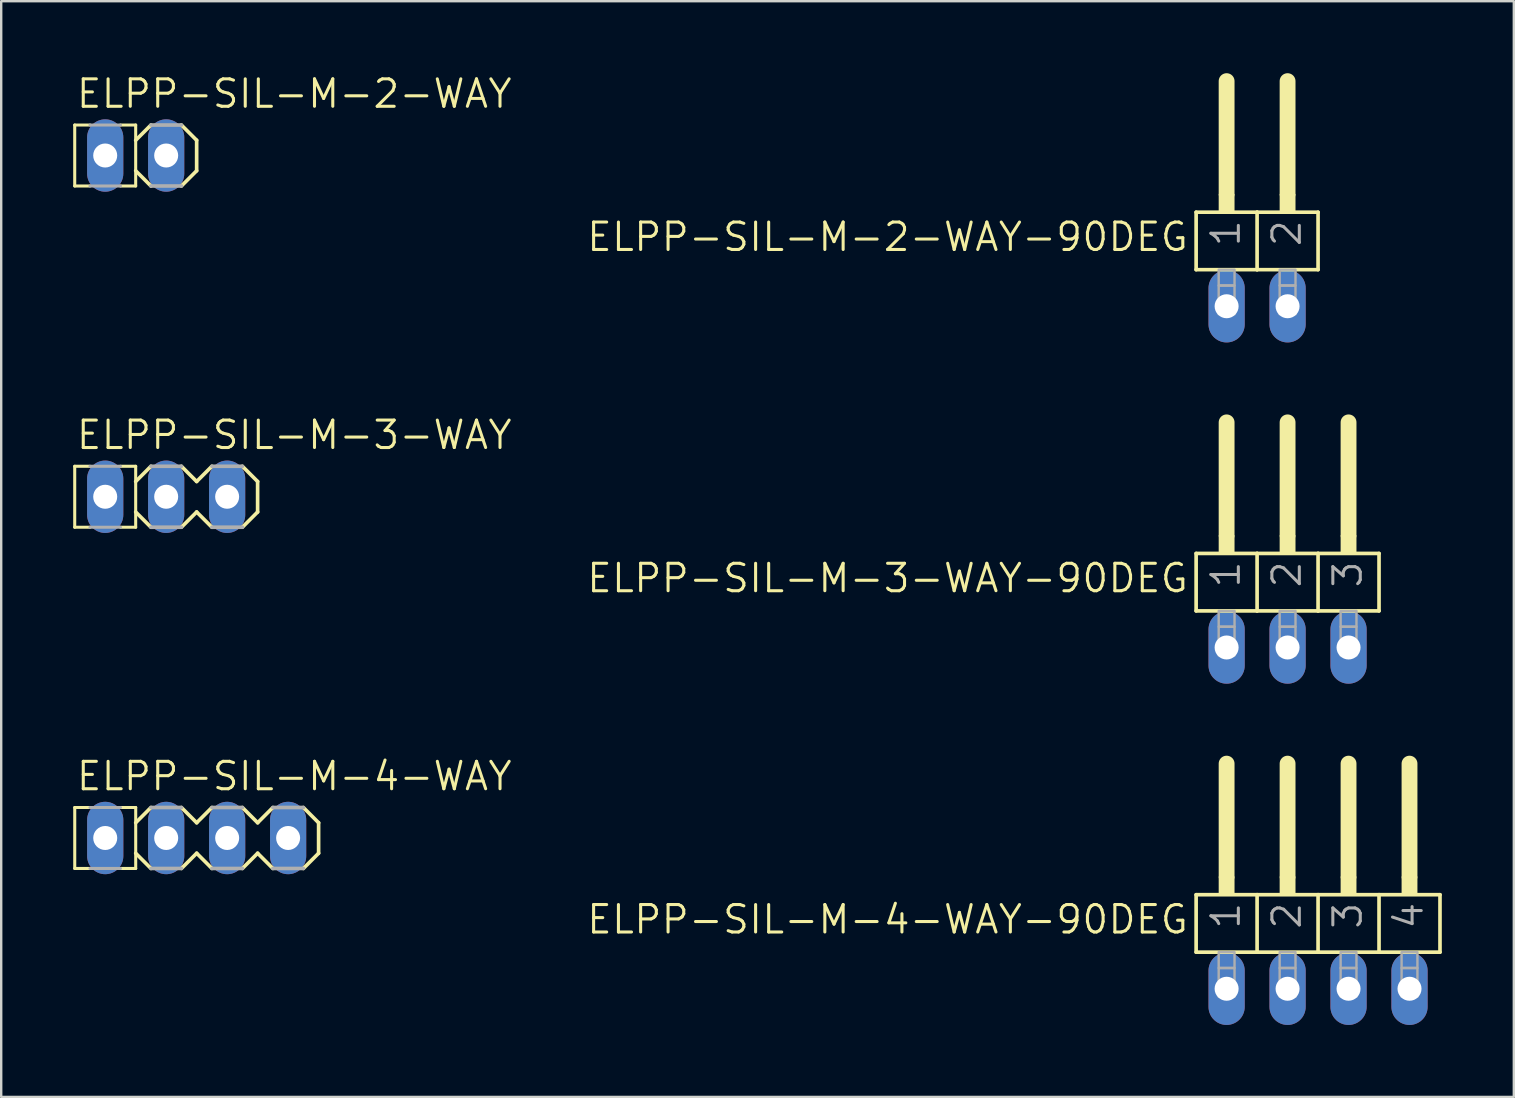
<source format=kicad_pcb>
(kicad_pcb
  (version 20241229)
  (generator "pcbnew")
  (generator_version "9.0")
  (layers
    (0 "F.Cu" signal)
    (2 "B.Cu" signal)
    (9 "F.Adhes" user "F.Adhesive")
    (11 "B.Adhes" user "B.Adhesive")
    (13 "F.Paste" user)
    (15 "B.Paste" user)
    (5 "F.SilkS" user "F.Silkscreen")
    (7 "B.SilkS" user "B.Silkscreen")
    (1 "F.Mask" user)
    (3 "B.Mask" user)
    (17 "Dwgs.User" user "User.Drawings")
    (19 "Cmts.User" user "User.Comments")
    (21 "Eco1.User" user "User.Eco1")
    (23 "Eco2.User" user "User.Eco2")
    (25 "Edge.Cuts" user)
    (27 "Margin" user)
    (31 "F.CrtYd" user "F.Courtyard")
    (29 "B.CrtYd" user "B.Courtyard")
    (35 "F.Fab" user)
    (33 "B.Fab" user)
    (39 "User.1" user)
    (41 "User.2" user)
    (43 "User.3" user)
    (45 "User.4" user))
  (footprint "ELPP-SIL-M-4-WAY-90DEG"
    (layer "F.Cu")
    (at 51.864 38.144)
    (property "Reference" "ELPP-SIL-M-4-WAY-90DEG" (at -5.334 -3.556 0) (unlocked yes) (layer "F.SilkS") (effects (font (size 1.143 1.143) (thickness 0.127)) (justify right top)))
    (fp_line (start -5.08 -3.918) (end -2.54 -3.918) (stroke (width 0.152) (type solid)) (layer "F.SilkS"))
    (fp_line (start -5.08 -1.524) (end -5.08 -3.918) (stroke (width 0.152) (type solid)) (layer "F.SilkS"))
    (fp_line (start -3.81 -4.68) (end -3.81 -9.379) (stroke (width 0.66) (type solid)) (layer "F.SilkS"))
    (fp_line (start -2.54 -3.918) (end 0 -3.918) (stroke (width 0.152) (type solid)) (layer "F.SilkS"))
    (fp_line (start -2.54 -1.524) (end -5.08 -1.524) (stroke (width 0.152) (type solid)) (layer "F.SilkS"))
    (fp_line (start -2.54 -1.524) (end -2.54 -3.918) (stroke (width 0.152) (type solid)) (layer "F.SilkS"))
    (fp_line (start -2.54 -1.524) (end 0 -1.524) (stroke (width 0.152) (type solid)) (layer "F.SilkS"))
    (fp_line (start -1.27 -4.68) (end -1.27 -9.379) (stroke (width 0.66) (type solid)) (layer "F.SilkS"))
    (fp_line (start 0 -3.918) (end 2.54 -3.918) (stroke (width 0.152) (type solid)) (layer "F.SilkS"))
    (fp_line (start 0 -1.524) (end 0 -3.918) (stroke (width 0.152) (type solid)) (layer "F.SilkS"))
    (fp_line (start 1.27 -4.68) (end 1.27 -9.379) (stroke (width 0.66) (type solid)) (layer "F.SilkS"))
    (fp_line (start 2.54 -3.918) (end 5.08 -3.918) (stroke (width 0.152) (type solid)) (layer "F.SilkS"))
    (fp_line (start 2.54 -1.524) (end 0 -1.524) (stroke (width 0.152) (type solid)) (layer "F.SilkS"))
    (fp_line (start 2.54 -1.524) (end 2.54 -3.918) (stroke (width 0.152) (type solid)) (layer "F.SilkS"))
    (fp_line (start 3.81 -4.68) (end 3.81 -9.379) (stroke (width 0.66) (type solid)) (layer "F.SilkS"))
    (fp_line (start 5.08 -1.524) (end 2.54 -1.524) (stroke (width 0.152) (type solid)) (layer "F.SilkS"))
    (fp_line (start 5.08 -1.524) (end 5.08 -3.918) (stroke (width 0.152) (type solid)) (layer "F.SilkS"))
    (fp_poly (pts (xy -4.14 -3.918) (xy -3.48 -3.918) (xy -3.48 -4.68) (xy -4.14 -4.68)) (stroke (width 0) (type default)) (fill yes) (layer "F.SilkS"))
    (fp_poly (pts (xy -1.6 -3.918) (xy -0.94 -3.918) (xy -0.94 -4.68) (xy -1.6 -4.68)) (stroke (width 0) (type default)) (fill yes) (layer "F.SilkS"))
    (fp_poly (pts (xy 0.94 -3.918) (xy 1.6 -3.918) (xy 1.6 -4.68) (xy 0.94 -4.68)) (stroke (width 0) (type default)) (fill yes) (layer "F.SilkS"))
    (fp_poly (pts (xy 3.48 -3.918) (xy 4.14 -3.918) (xy 4.14 -4.68) (xy 3.48 -4.68)) (stroke (width 0) (type default)) (fill yes) (layer "F.SilkS"))
    (fp_poly (pts (xy -4.14 -0.864) (xy -3.48 -0.864) (xy -3.48 -1.524) (xy -4.14 -1.524)) (stroke (width 0.1) (type default)) (fill no) (layer "F.Fab"))
    (fp_poly (pts (xy -4.14 0.33) (xy -3.48 0.33) (xy -3.48 -0.864) (xy -4.14 -0.864)) (stroke (width 0.1) (type default)) (fill no) (layer "F.Fab"))
    (fp_poly (pts (xy -1.6 -0.864) (xy -0.94 -0.864) (xy -0.94 -1.524) (xy -1.6 -1.524)) (stroke (width 0.1) (type default)) (fill no) (layer "F.Fab"))
    (fp_poly (pts (xy -1.6 0.33) (xy -0.94 0.33) (xy -0.94 -0.864) (xy -1.6 -0.864)) (stroke (width 0.1) (type default)) (fill no) (layer "F.Fab"))
    (fp_poly (pts (xy 0.94 -0.864) (xy 1.6 -0.864) (xy 1.6 -1.524) (xy 0.94 -1.524)) (stroke (width 0.1) (type default)) (fill no) (layer "F.Fab"))
    (fp_poly (pts (xy 0.94 0.33) (xy 1.6 0.33) (xy 1.6 -0.864) (xy 0.94 -0.864)) (stroke (width 0.1) (type default)) (fill no) (layer "F.Fab"))
    (fp_poly (pts (xy 3.48 -0.864) (xy 4.14 -0.864) (xy 4.14 -1.524) (xy 3.48 -1.524)) (stroke (width 0.1) (type default)) (fill no) (layer "F.Fab"))
    (fp_poly (pts (xy 3.48 0.33) (xy 4.14 0.33) (xy 4.14 -0.864) (xy 3.48 -0.864)) (stroke (width 0.1) (type default)) (fill no) (layer "F.Fab"))
    (fp_text user "1" (at -3.175 -2.413 90) (layer "F.Fab") (effects (font (size 1.143 1.143) (thickness 0.127)) (justify left bottom)))
    (fp_text user "3" (at 1.905 -2.413 90) (layer "F.Fab") (effects (font (size 1.143 1.143) (thickness 0.127)) (justify left bottom)))
    (fp_text user "2" (at -0.635 -2.413 90) (layer "F.Fab") (effects (font (size 1.143 1.143) (thickness 0.127)) (justify left bottom)))
    (fp_text user "4" (at 4.445 -2.413 90) (layer "F.Fab") (effects (font (size 1.143 1.143) (thickness 0.127)) (justify left bottom)))
    (pad "1" thru_hole oval (at -3.81 0 90) (size 3.016 1.508) (drill 1) (layers "*.Cu" "*.Mask"))
    (pad "2" thru_hole oval (at -1.27 0 90) (size 3.016 1.508) (drill 1) (layers "*.Cu" "*.Mask"))
    (pad "3" thru_hole oval (at 1.27 0 90) (size 3.016 1.508) (drill 1) (layers "*.Cu" "*.Mask"))
    (pad "4" thru_hole oval (at 3.81 0 90) (size 3.016 1.508) (drill 1) (layers "*.Cu" "*.Mask")))
  (footprint "ELPP-SIL-M-4-WAY"
    (layer "F.Cu")
    (at 5.144 31.863)
    (property "Reference" "ELPP-SIL-M-4-WAY" (at -5.08 -1.905 0) (unlocked yes) (layer "F.SilkS") (effects (font (size 1.143 1.143) (thickness 0.127)) (justify left bottom)))
    (fp_line (start -5.08 -1.27) (end -5.08 1.27) (stroke (width 0.127) (type solid)) (layer "F.SilkS"))
    (fp_line (start -5.08 -1.27) (end -4.445 -1.27) (stroke (width 0.127) (type solid)) (layer "F.SilkS"))
    (fp_line (start -5.08 1.27) (end -4.445 1.27) (stroke (width 0.127) (type solid)) (layer "F.SilkS"))
    (fp_line (start -2.54 -1.27) (end -3.175 -1.27) (stroke (width 0.127) (type solid)) (layer "F.SilkS"))
    (fp_line (start -2.54 -1.27) (end -2.54 1.27) (stroke (width 0.127) (type solid)) (layer "F.SilkS"))
    (fp_line (start -2.54 -0.635) (end -1.905 -1.27) (stroke (width 0.152) (type solid)) (layer "F.SilkS"))
    (fp_line (start -2.54 1.27) (end -3.175 1.27) (stroke (width 0.127) (type solid)) (layer "F.SilkS"))
    (fp_line (start -1.905 1.27) (end -2.54 0.635) (stroke (width 0.152) (type solid)) (layer "F.SilkS"))
    (fp_line (start -0.635 -1.27) (end 0 -0.635) (stroke (width 0.152) (type solid)) (layer "F.SilkS"))
    (fp_line (start 0 -0.635) (end 0.635 -1.27) (stroke (width 0.152) (type solid)) (layer "F.SilkS"))
    (fp_line (start 0 0.635) (end -0.635 1.27) (stroke (width 0.152) (type solid)) (layer "F.SilkS"))
    (fp_line (start 0.635 1.27) (end 0 0.635) (stroke (width 0.152) (type solid)) (layer "F.SilkS"))
    (fp_line (start 1.905 -1.27) (end 2.54 -0.635) (stroke (width 0.152) (type solid)) (layer "F.SilkS"))
    (fp_line (start 2.54 0.635) (end 1.905 1.27) (stroke (width 0.152) (type solid)) (layer "F.SilkS"))
    (fp_line (start 2.54 0.635) (end 3.175 1.27) (stroke (width 0.152) (type solid)) (layer "F.SilkS"))
    (fp_line (start 3.175 -1.27) (end 2.54 -0.635) (stroke (width 0.152) (type solid)) (layer "F.SilkS"))
    (fp_line (start 4.445 -1.27) (end 5.08 -0.635) (stroke (width 0.152) (type solid)) (layer "F.SilkS"))
    (fp_line (start 5.08 -0.635) (end 5.08 0.635) (stroke (width 0.152) (type solid)) (layer "F.SilkS"))
    (fp_line (start 5.08 0.635) (end 4.445 1.27) (stroke (width 0.152) (type solid)) (layer "F.SilkS"))
    (fp_line (start -4.445 -1.27) (end -3.175 -1.27) (stroke (width 0.127) (type solid)) (layer "F.Fab"))
    (fp_line (start -4.445 1.27) (end -3.175 1.27) (stroke (width 0.127) (type solid)) (layer "F.Fab"))
    (fp_line (start -1.905 -1.27) (end -0.635 -1.27) (stroke (width 0.152) (type solid)) (layer "F.Fab"))
    (fp_line (start -0.635 1.27) (end -1.905 1.27) (stroke (width 0.152) (type solid)) (layer "F.Fab"))
    (fp_line (start 0.635 -1.27) (end 1.905 -1.27) (stroke (width 0.152) (type solid)) (layer "F.Fab"))
    (fp_line (start 1.905 1.27) (end 0.635 1.27) (stroke (width 0.152) (type solid)) (layer "F.Fab"))
    (fp_line (start 3.175 -1.27) (end 4.445 -1.27) (stroke (width 0.152) (type solid)) (layer "F.Fab"))
    (fp_line (start 4.445 1.27) (end 3.175 1.27) (stroke (width 0.152) (type solid)) (layer "F.Fab"))
    (fp_poly (pts (xy -4.064 0.254) (xy -3.556 0.254) (xy -3.556 -0.254) (xy -4.064 -0.254)) (stroke (width 0.1) (type default)) (fill no) (layer "F.Fab"))
    (fp_poly (pts (xy -1.524 0.254) (xy -1.016 0.254) (xy -1.016 -0.254) (xy -1.524 -0.254)) (stroke (width 0.1) (type default)) (fill no) (layer "F.Fab"))
    (fp_poly (pts (xy 1.016 0.254) (xy 1.524 0.254) (xy 1.524 -0.254) (xy 1.016 -0.254)) (stroke (width 0.1) (type default)) (fill no) (layer "F.Fab"))
    (fp_poly (pts (xy 3.556 0.254) (xy 4.064 0.254) (xy 4.064 -0.254) (xy 3.556 -0.254)) (stroke (width 0.1) (type default)) (fill no) (layer "F.Fab"))
    (pad "1" thru_hole oval (at -3.81 0 90) (size 3.016 1.508) (drill 1) (layers "*.Cu" "*.Mask"))
    (pad "2" thru_hole oval (at -1.27 0 90) (size 3.016 1.508) (drill 1) (layers "*.Cu" "*.Mask"))
    (pad "3" thru_hole oval (at 1.27 0 90) (size 3.016 1.508) (drill 1) (layers "*.Cu" "*.Mask"))
    (pad "4" thru_hole oval (at 3.81 0 90) (size 3.016 1.508) (drill 1) (layers "*.Cu" "*.Mask")))
  (footprint "ELPP-SIL-M-2-WAY"
    (layer "F.Cu")
    (at 2.603 3.429)
    (property "Reference" "ELPP-SIL-M-2-WAY" (at -2.54 -1.905 0) (unlocked yes) (layer "F.SilkS") (effects (font (size 1.143 1.143) (thickness 0.127)) (justify left bottom)))
    (fp_line (start -2.54 -1.27) (end -2.54 1.27) (stroke (width 0.127) (type solid)) (layer "F.SilkS"))
    (fp_line (start -2.54 -1.27) (end -1.905 -1.27) (stroke (width 0.127) (type solid)) (layer "F.SilkS"))
    (fp_line (start -2.54 1.27) (end -1.905 1.27) (stroke (width 0.127) (type solid)) (layer "F.SilkS"))
    (fp_line (start 0 -1.27) (end -0.635 -1.27) (stroke (width 0.127) (type solid)) (layer "F.SilkS"))
    (fp_line (start 0 -1.27) (end 0 1.27) (stroke (width 0.127) (type solid)) (layer "F.SilkS"))
    (fp_line (start 0 -0.635) (end 0.635 -1.27) (stroke (width 0.152) (type solid)) (layer "F.SilkS"))
    (fp_line (start 0 1.27) (end -0.635 1.27) (stroke (width 0.127) (type solid)) (layer "F.SilkS"))
    (fp_line (start 0.635 1.27) (end 0 0.635) (stroke (width 0.152) (type solid)) (layer "F.SilkS"))
    (fp_line (start 1.905 -1.27) (end 2.54 -0.635) (stroke (width 0.152) (type solid)) (layer "F.SilkS"))
    (fp_line (start 2.54 -0.635) (end 2.54 0.635) (stroke (width 0.152) (type solid)) (layer "F.SilkS"))
    (fp_line (start 2.54 0.635) (end 1.905 1.27) (stroke (width 0.152) (type solid)) (layer "F.SilkS"))
    (fp_line (start -1.905 -1.27) (end -0.635 -1.27) (stroke (width 0.127) (type solid)) (layer "F.Fab"))
    (fp_line (start -1.905 1.27) (end -0.635 1.27) (stroke (width 0.127) (type solid)) (layer "F.Fab"))
    (fp_line (start 0.635 -1.27) (end 1.905 -1.27) (stroke (width 0.152) (type solid)) (layer "F.Fab"))
    (fp_line (start 1.905 1.27) (end 0.635 1.27) (stroke (width 0.152) (type solid)) (layer "F.Fab"))
    (fp_poly (pts (xy -1.524 0.254) (xy -1.016 0.254) (xy -1.016 -0.254) (xy -1.524 -0.254)) (stroke (width 0.1) (type default)) (fill no) (layer "F.Fab"))
    (fp_poly (pts (xy 1.016 0.254) (xy 1.524 0.254) (xy 1.524 -0.254) (xy 1.016 -0.254)) (stroke (width 0.1) (type default)) (fill no) (layer "F.Fab"))
    (pad "1" thru_hole oval (at -1.27 0 90) (size 3.016 1.508) (drill 1) (layers "*.Cu" "*.Mask"))
    (pad "2" thru_hole oval (at 1.27 0 90) (size 3.016 1.508) (drill 1) (layers "*.Cu" "*.Mask")))
  (footprint "ELPP-SIL-M-3-WAY"
    (layer "F.Cu")
    (at 3.873 17.646)
    (property "Reference" "ELPP-SIL-M-3-WAY" (at -3.81 -1.905 0) (unlocked yes) (layer "F.SilkS") (effects (font (size 1.143 1.143) (thickness 0.127)) (justify left bottom)))
    (fp_line (start -3.81 -1.27) (end -3.81 1.27) (stroke (width 0.127) (type solid)) (layer "F.SilkS"))
    (fp_line (start -3.81 -1.27) (end -3.175 -1.27) (stroke (width 0.127) (type solid)) (layer "F.SilkS"))
    (fp_line (start -3.81 1.27) (end -3.175 1.27) (stroke (width 0.127) (type solid)) (layer "F.SilkS"))
    (fp_line (start -1.27 -1.27) (end -1.905 -1.27) (stroke (width 0.127) (type solid)) (layer "F.SilkS"))
    (fp_line (start -1.27 -1.27) (end -1.27 1.27) (stroke (width 0.127) (type solid)) (layer "F.SilkS"))
    (fp_line (start -1.27 -0.635) (end -0.635 -1.27) (stroke (width 0.152) (type solid)) (layer "F.SilkS"))
    (fp_line (start -1.27 1.27) (end -1.905 1.27) (stroke (width 0.127) (type solid)) (layer "F.SilkS"))
    (fp_line (start -0.635 1.27) (end -1.27 0.635) (stroke (width 0.152) (type solid)) (layer "F.SilkS"))
    (fp_line (start 0.635 -1.27) (end 1.27 -0.635) (stroke (width 0.152) (type solid)) (layer "F.SilkS"))
    (fp_line (start 1.27 -0.635) (end 1.905 -1.27) (stroke (width 0.152) (type solid)) (layer "F.SilkS"))
    (fp_line (start 1.27 0.635) (end 0.635 1.27) (stroke (width 0.152) (type solid)) (layer "F.SilkS"))
    (fp_line (start 1.905 1.27) (end 1.27 0.635) (stroke (width 0.152) (type solid)) (layer "F.SilkS"))
    (fp_line (start 3.175 -1.27) (end 3.81 -0.635) (stroke (width 0.152) (type solid)) (layer "F.SilkS"))
    (fp_line (start 3.81 -0.635) (end 3.81 0.635) (stroke (width 0.152) (type solid)) (layer "F.SilkS"))
    (fp_line (start 3.81 0.635) (end 3.175 1.27) (stroke (width 0.152) (type solid)) (layer "F.SilkS"))
    (fp_line (start -3.175 -1.27) (end -1.905 -1.27) (stroke (width 0.127) (type solid)) (layer "F.Fab"))
    (fp_line (start -3.175 1.27) (end -1.905 1.27) (stroke (width 0.127) (type solid)) (layer "F.Fab"))
    (fp_line (start -0.635 -1.27) (end 0.635 -1.27) (stroke (width 0.152) (type solid)) (layer "F.Fab"))
    (fp_line (start 0.635 1.27) (end -0.635 1.27) (stroke (width 0.152) (type solid)) (layer "F.Fab"))
    (fp_line (start 1.905 -1.27) (end 3.175 -1.27) (stroke (width 0.152) (type solid)) (layer "F.Fab"))
    (fp_line (start 3.175 1.27) (end 1.905 1.27) (stroke (width 0.152) (type solid)) (layer "F.Fab"))
    (fp_poly (pts (xy -2.794 0.254) (xy -2.286 0.254) (xy -2.286 -0.254) (xy -2.794 -0.254)) (stroke (width 0.1) (type default)) (fill no) (layer "F.Fab"))
    (fp_poly (pts (xy -0.254 0.254) (xy 0.254 0.254) (xy 0.254 -0.254) (xy -0.254 -0.254)) (stroke (width 0.1) (type default)) (fill no) (layer "F.Fab"))
    (fp_poly (pts (xy 2.286 0.254) (xy 2.794 0.254) (xy 2.794 -0.254) (xy 2.286 -0.254)) (stroke (width 0.1) (type default)) (fill no) (layer "F.Fab"))
    (pad "1" thru_hole oval (at -2.54 0 90) (size 3.016 1.508) (drill 1) (layers "*.Cu" "*.Mask"))
    (pad "2" thru_hole oval (at 0 0 90) (size 3.016 1.508) (drill 1) (layers "*.Cu" "*.Mask"))
    (pad "3" thru_hole oval (at 2.54 0 90) (size 3.016 1.508) (drill 1) (layers "*.Cu" "*.Mask")))
  (footprint "ELPP-SIL-M-2-WAY-90DEG"
    (layer "F.Cu")
    (at 49.324 9.709)
    (property "Reference" "ELPP-SIL-M-2-WAY-90DEG" (at -2.794 -3.556 0) (unlocked yes) (layer "F.SilkS") (effects (font (size 1.143 1.143) (thickness 0.127)) (justify right top)))
    (fp_line (start -2.54 -3.918) (end 0 -3.918) (stroke (width 0.152) (type solid)) (layer "F.SilkS"))
    (fp_line (start -2.54 -1.524) (end -2.54 -3.918) (stroke (width 0.152) (type solid)) (layer "F.SilkS"))
    (fp_line (start -1.27 -4.68) (end -1.27 -9.379) (stroke (width 0.66) (type solid)) (layer "F.SilkS"))
    (fp_line (start 0 -3.918) (end 2.54 -3.918) (stroke (width 0.152) (type solid)) (layer "F.SilkS"))
    (fp_line (start 0 -1.524) (end -2.54 -1.524) (stroke (width 0.152) (type solid)) (layer "F.SilkS"))
    (fp_line (start 0 -1.524) (end 0 -3.918) (stroke (width 0.152) (type solid)) (layer "F.SilkS"))
    (fp_line (start 0 -1.524) (end 2.54 -1.524) (stroke (width 0.152) (type solid)) (layer "F.SilkS"))
    (fp_line (start 1.27 -4.68) (end 1.27 -9.379) (stroke (width 0.66) (type solid)) (layer "F.SilkS"))
    (fp_line (start 2.54 -1.524) (end 2.54 -3.918) (stroke (width 0.152) (type solid)) (layer "F.SilkS"))
    (fp_poly (pts (xy -1.6 -3.918) (xy -0.94 -3.918) (xy -0.94 -4.68) (xy -1.6 -4.68)) (stroke (width 0) (type default)) (fill yes) (layer "F.SilkS"))
    (fp_poly (pts (xy 0.94 -3.918) (xy 1.6 -3.918) (xy 1.6 -4.68) (xy 0.94 -4.68)) (stroke (width 0) (type default)) (fill yes) (layer "F.SilkS"))
    (fp_poly (pts (xy -1.6 -0.864) (xy -0.94 -0.864) (xy -0.94 -1.524) (xy -1.6 -1.524)) (stroke (width 0.1) (type default)) (fill no) (layer "F.Fab"))
    (fp_poly (pts (xy -1.6 0.33) (xy -0.94 0.33) (xy -0.94 -0.864) (xy -1.6 -0.864)) (stroke (width 0.1) (type default)) (fill no) (layer "F.Fab"))
    (fp_poly (pts (xy 0.94 -0.864) (xy 1.6 -0.864) (xy 1.6 -1.524) (xy 0.94 -1.524)) (stroke (width 0.1) (type default)) (fill no) (layer "F.Fab"))
    (fp_poly (pts (xy 0.94 0.33) (xy 1.6 0.33) (xy 1.6 -0.864) (xy 0.94 -0.864)) (stroke (width 0.1) (type default)) (fill no) (layer "F.Fab"))
    (fp_text user "2" (at 1.905 -2.413 90) (layer "F.Fab") (effects (font (size 1.143 1.143) (thickness 0.127)) (justify left bottom)))
    (fp_text user "1" (at -0.635 -2.413 90) (layer "F.Fab") (effects (font (size 1.143 1.143) (thickness 0.127)) (justify left bottom)))
    (pad "1" thru_hole oval (at -1.27 0 90) (size 3.016 1.508) (drill 1) (layers "*.Cu" "*.Mask"))
    (pad "2" thru_hole oval (at 1.27 0 90) (size 3.016 1.508) (drill 1) (layers "*.Cu" "*.Mask")))
  (footprint "ELPP-SIL-M-3-WAY-90DEG"
    (layer "F.Cu")
    (at 50.594 23.926)
    (property "Reference" "ELPP-SIL-M-3-WAY-90DEG" (at -4.064 -3.556 0) (unlocked yes) (layer "F.SilkS") (effects (font (size 1.143 1.143) (thickness 0.127)) (justify right top)))
    (fp_line (start -3.81 -3.918) (end -1.27 -3.918) (stroke (width 0.152) (type solid)) (layer "F.SilkS"))
    (fp_line (start -3.81 -1.524) (end -3.81 -3.918) (stroke (width 0.152) (type solid)) (layer "F.SilkS"))
    (fp_line (start -2.54 -4.68) (end -2.54 -9.379) (stroke (width 0.66) (type solid)) (layer "F.SilkS"))
    (fp_line (start -1.27 -3.918) (end 1.27 -3.918) (stroke (width 0.152) (type solid)) (layer "F.SilkS"))
    (fp_line (start -1.27 -1.524) (end -3.81 -1.524) (stroke (width 0.152) (type solid)) (layer "F.SilkS"))
    (fp_line (start -1.27 -1.524) (end -1.27 -3.918) (stroke (width 0.152) (type solid)) (layer "F.SilkS"))
    (fp_line (start -1.27 -1.524) (end 1.27 -1.524) (stroke (width 0.152) (type solid)) (layer "F.SilkS"))
    (fp_line (start 0 -4.68) (end 0 -9.379) (stroke (width 0.66) (type solid)) (layer "F.SilkS"))
    (fp_line (start 1.27 -3.918) (end 3.81 -3.918) (stroke (width 0.152) (type solid)) (layer "F.SilkS"))
    (fp_line (start 1.27 -1.524) (end 1.27 -3.918) (stroke (width 0.152) (type solid)) (layer "F.SilkS"))
    (fp_line (start 2.54 -4.68) (end 2.54 -9.379) (stroke (width 0.66) (type solid)) (layer "F.SilkS"))
    (fp_line (start 3.81 -1.524) (end 1.27 -1.524) (stroke (width 0.152) (type solid)) (layer "F.SilkS"))
    (fp_line (start 3.81 -1.524) (end 3.81 -3.918) (stroke (width 0.152) (type solid)) (layer "F.SilkS"))
    (fp_poly (pts (xy -2.87 -3.918) (xy -2.21 -3.918) (xy -2.21 -4.68) (xy -2.87 -4.68)) (stroke (width 0) (type default)) (fill yes) (layer "F.SilkS"))
    (fp_poly (pts (xy -0.33 -3.918) (xy 0.33 -3.918) (xy 0.33 -4.68) (xy -0.33 -4.68)) (stroke (width 0) (type default)) (fill yes) (layer "F.SilkS"))
    (fp_poly (pts (xy 2.21 -3.918) (xy 2.87 -3.918) (xy 2.87 -4.68) (xy 2.21 -4.68)) (stroke (width 0) (type default)) (fill yes) (layer "F.SilkS"))
    (fp_poly (pts (xy -2.87 -0.864) (xy -2.21 -0.864) (xy -2.21 -1.524) (xy -2.87 -1.524)) (stroke (width 0.1) (type default)) (fill no) (layer "F.Fab"))
    (fp_poly (pts (xy -2.87 0.33) (xy -2.21 0.33) (xy -2.21 -0.864) (xy -2.87 -0.864)) (stroke (width 0.1) (type default)) (fill no) (layer "F.Fab"))
    (fp_poly (pts (xy -0.33 -0.864) (xy 0.33 -0.864) (xy 0.33 -1.524) (xy -0.33 -1.524)) (stroke (width 0.1) (type default)) (fill no) (layer "F.Fab"))
    (fp_poly (pts (xy -0.33 0.33) (xy 0.33 0.33) (xy 0.33 -0.864) (xy -0.33 -0.864)) (stroke (width 0.1) (type default)) (fill no) (layer "F.Fab"))
    (fp_poly (pts (xy 2.21 -0.864) (xy 2.87 -0.864) (xy 2.87 -1.524) (xy 2.21 -1.524)) (stroke (width 0.1) (type default)) (fill no) (layer "F.Fab"))
    (fp_poly (pts (xy 2.21 0.33) (xy 2.87 0.33) (xy 2.87 -0.864) (xy 2.21 -0.864)) (stroke (width 0.1) (type default)) (fill no) (layer "F.Fab"))
    (fp_text user "3" (at 3.175 -2.413 90) (layer "F.Fab") (effects (font (size 1.143 1.143) (thickness 0.127)) (justify left bottom)))
    (fp_text user "1" (at -1.905 -2.413 90) (layer "F.Fab") (effects (font (size 1.143 1.143) (thickness 0.127)) (justify left bottom)))
    (fp_text user "2" (at 0.635 -2.413 90) (layer "F.Fab") (effects (font (size 1.143 1.143) (thickness 0.127)) (justify left bottom)))
    (pad "1" thru_hole oval (at -2.54 0 90) (size 3.016 1.508) (drill 1) (layers "*.Cu" "*.Mask"))
    (pad "2" thru_hole oval (at 0 0 90) (size 3.016 1.508) (drill 1) (layers "*.Cu" "*.Mask"))
    (pad "3" thru_hole oval (at 2.54 0 90) (size 3.016 1.508) (drill 1) (layers "*.Cu" "*.Mask")))
  (gr_rect
    (start -3 -3)
    (end 60.02 42.652)
    (stroke (width 0.1) (type default))
    (fill no)
    (layer "Edge.Cuts")))
</source>
